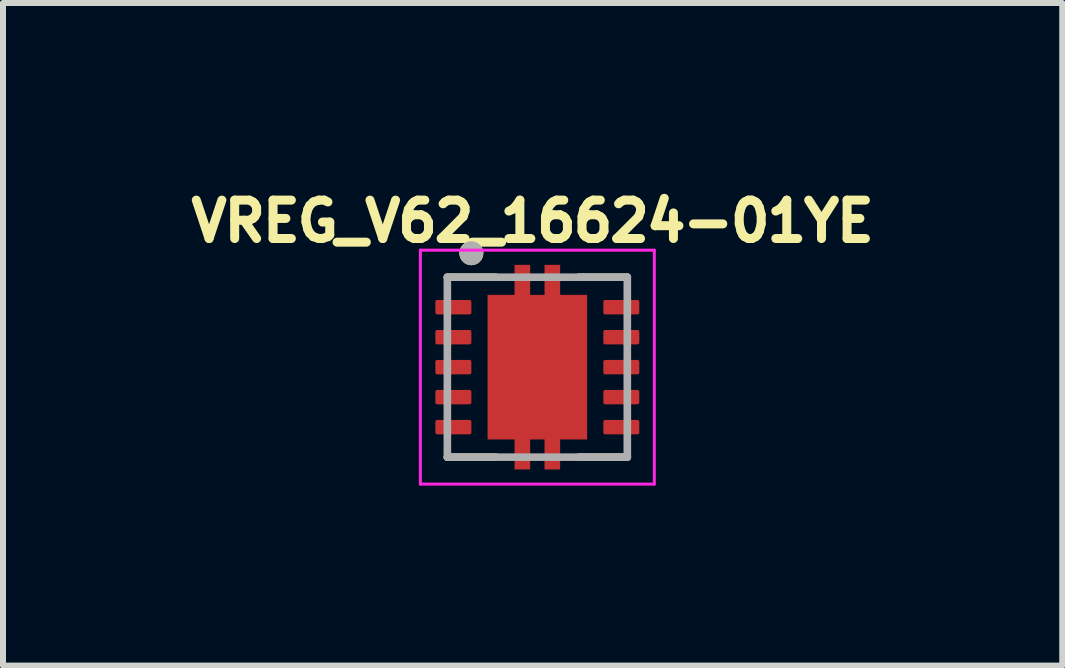
<source format=kicad_pcb>
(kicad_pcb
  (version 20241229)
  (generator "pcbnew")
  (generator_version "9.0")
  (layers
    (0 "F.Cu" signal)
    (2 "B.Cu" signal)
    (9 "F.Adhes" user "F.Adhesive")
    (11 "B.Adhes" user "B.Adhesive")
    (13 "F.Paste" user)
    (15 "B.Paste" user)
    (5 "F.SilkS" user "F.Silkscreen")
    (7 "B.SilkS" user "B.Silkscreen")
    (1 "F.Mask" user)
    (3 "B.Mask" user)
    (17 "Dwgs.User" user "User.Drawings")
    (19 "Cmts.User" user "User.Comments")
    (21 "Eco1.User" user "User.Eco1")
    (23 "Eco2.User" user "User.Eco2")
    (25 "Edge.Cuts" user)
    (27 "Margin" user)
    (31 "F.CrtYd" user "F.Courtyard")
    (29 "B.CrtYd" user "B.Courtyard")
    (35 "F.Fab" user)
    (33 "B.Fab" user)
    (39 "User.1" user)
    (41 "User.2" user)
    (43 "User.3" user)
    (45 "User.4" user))
  (footprint "VREG_V62_16624-01YE"
    (layer "F.Cu")
    (at 5.908 3.071)
    (property "Reference" "VREG_V62_16624-01YE" (at -0.078 -2.433 0) (layer "F.SilkS") (effects (font (size 0.64 0.64) (thickness 0.15))))
    (attr smd)
    (fp_poly (pts (xy -1.77 -1.19) (xy -1.03 -1.19) (xy -1.03 -0.81) (xy -1.77 -0.81)) (stroke (width 0.01) (type solid)) (fill yes) (layer "F.Mask"))
    (fp_poly (pts (xy -1.77 -0.69) (xy -1.03 -0.69) (xy -1.03 -0.31) (xy -1.77 -0.31)) (stroke (width 0.01) (type solid)) (fill yes) (layer "F.Mask"))
    (fp_poly (pts (xy -1.77 -0.19) (xy -1.03 -0.19) (xy -1.03 0.19) (xy -1.77 0.19)) (stroke (width 0.01) (type solid)) (fill yes) (layer "F.Mask"))
    (fp_poly (pts (xy -1.77 0.31) (xy -1.03 0.31) (xy -1.03 0.69) (xy -1.77 0.69)) (stroke (width 0.01) (type solid)) (fill yes) (layer "F.Mask"))
    (fp_poly (pts (xy -1.77 0.81) (xy -1.03 0.81) (xy -1.03 1.19) (xy -1.77 1.19)) (stroke (width 0.01) (type solid)) (fill yes) (layer "F.Mask"))
    (fp_poly (pts (xy 1.03 -1.19) (xy 1.77 -1.19) (xy 1.77 -0.81) (xy 1.03 -0.81)) (stroke (width 0.01) (type solid)) (fill yes) (layer "F.Mask"))
    (fp_poly (pts (xy 1.03 -0.69) (xy 1.77 -0.69) (xy 1.77 -0.31) (xy 1.03 -0.31)) (stroke (width 0.01) (type solid)) (fill yes) (layer "F.Mask"))
    (fp_poly (pts (xy 1.03 -0.19) (xy 1.77 -0.19) (xy 1.77 0.19) (xy 1.03 0.19)) (stroke (width 0.01) (type solid)) (fill yes) (layer "F.Mask"))
    (fp_poly (pts (xy 1.03 0.31) (xy 1.77 0.31) (xy 1.77 0.69) (xy 1.03 0.69)) (stroke (width 0.01) (type solid)) (fill yes) (layer "F.Mask"))
    (fp_poly (pts (xy 1.03 0.81) (xy 1.77 0.81) (xy 1.77 1.19) (xy 1.03 1.19)) (stroke (width 0.01) (type solid)) (fill yes) (layer "F.Mask"))
    (fp_poly (pts (xy -0.895 -1.27) (xy -0.445 -1.27) (xy -0.445 -1.77) (xy -0.055 -1.77) (xy -0.055 -1.27) (xy 0.055 -1.27) (xy 0.055 -1.77) (xy 0.445 -1.77) (xy 0.445 -1.27) (xy 0.895 -1.27) (xy 0.895 1.27) (xy 0.445 1.27) (xy 0.445 1.77) (xy 0.055 1.77) (xy 0.055 1.27) (xy -0.055 1.27) (xy -0.055 1.77) (xy -0.445 1.77) (xy -0.445 1.27) (xy -0.895 1.27)) (stroke (width 0.01) (type solid)) (fill yes) (layer "F.Mask"))
    (fp_line (start -1.5 -1.5) (end -0.695 -1.5) (stroke (width 0.127) (type solid)) (layer "F.SilkS"))
    (fp_line (start -1.5 1.5) (end -0.695 1.5) (stroke (width 0.127) (type solid)) (layer "F.SilkS"))
    (fp_line (start 0.695 -1.5) (end 1.5 -1.5) (stroke (width 0.127) (type solid)) (layer "F.SilkS"))
    (fp_line (start 0.695 1.5) (end 1.5 1.5) (stroke (width 0.127) (type solid)) (layer "F.SilkS"))
    (fp_circle (center -1.1 -1.9) (end -1 -1.9) (stroke (width 0.2) (type solid)) (fill no) (layer "F.SilkS"))
    (fp_poly (pts (xy -0.75 -1.16) (xy 0.75 -1.16) (xy 0.75 -0.1) (xy -0.75 -0.1)) (stroke (width 0.01) (type solid)) (fill yes) (layer "F.Paste"))
    (fp_poly (pts (xy -0.75 0.1) (xy 0.75 0.1) (xy 0.75 1.16) (xy -0.75 1.16)) (stroke (width 0.01) (type solid)) (fill yes) (layer "F.Paste"))
    (fp_poly (pts (xy -0.375 -1.7) (xy -0.125 -1.7) (xy -0.125 -1.36) (xy -0.375 -1.36)) (stroke (width 0.01) (type solid)) (fill yes) (layer "F.Paste"))
    (fp_poly (pts (xy -0.375 1.36) (xy -0.125 1.36) (xy -0.125 1.7) (xy -0.375 1.7)) (stroke (width 0.01) (type solid)) (fill yes) (layer "F.Paste"))
    (fp_poly (pts (xy 0.125 -1.7) (xy 0.375 -1.7) (xy 0.375 -1.36) (xy 0.125 -1.36)) (stroke (width 0.01) (type solid)) (fill yes) (layer "F.Paste"))
    (fp_poly (pts (xy 0.125 1.36) (xy 0.375 1.36) (xy 0.375 1.7) (xy 0.125 1.7)) (stroke (width 0.01) (type solid)) (fill yes) (layer "F.Paste"))
    (fp_line (start -1.95 -1.95) (end -1.95 1.95) (stroke (width 0.05) (type solid)) (layer "F.CrtYd"))
    (fp_line (start -1.95 -1.95) (end 1.95 -1.95) (stroke (width 0.05) (type solid)) (layer "F.CrtYd"))
    (fp_line (start -1.95 1.95) (end 1.95 1.95) (stroke (width 0.05) (type solid)) (layer "F.CrtYd"))
    (fp_line (start 1.95 -1.95) (end 1.95 1.95) (stroke (width 0.05) (type solid)) (layer "F.CrtYd"))
    (fp_line (start -1.5 -1.5) (end -1.5 1.5) (stroke (width 0.127) (type solid)) (layer "F.Fab"))
    (fp_line (start -1.5 -1.5) (end 1.5 -1.5) (stroke (width 0.127) (type solid)) (layer "F.Fab"))
    (fp_line (start -1.5 1.5) (end 1.5 1.5) (stroke (width 0.127) (type solid)) (layer "F.Fab"))
    (fp_line (start 1.5 -1.5) (end 1.5 1.5) (stroke (width 0.127) (type solid)) (layer "F.Fab"))
    (fp_circle (center -1.1 -1.9) (end -1 -1.9) (stroke (width 0.2) (type solid)) (fill no) (layer "F.Fab"))
    (pad "1" smd roundrect (at -1.4 -1) (size 0.6 0.24) (layers "F.Cu" "F.Paste") (roundrect_rratio 0.125))
    (pad "2" smd roundrect (at -1.4 -0.5) (size 0.6 0.24) (layers "F.Cu" "F.Paste") (roundrect_rratio 0.125))
    (pad "3" smd roundrect (at -1.4 0) (size 0.6 0.24) (layers "F.Cu" "F.Paste") (roundrect_rratio 0.125))
    (pad "4" smd roundrect (at -1.4 0.5) (size 0.6 0.24) (layers "F.Cu" "F.Paste") (roundrect_rratio 0.125))
    (pad "5" smd roundrect (at -1.4 1) (size 0.6 0.24) (layers "F.Cu" "F.Paste") (roundrect_rratio 0.125))
    (pad "6" smd roundrect (at 1.4 1) (size 0.6 0.24) (layers "F.Cu" "F.Paste") (roundrect_rratio 0.125))
    (pad "7" smd roundrect (at 1.4 0.5) (size 0.6 0.24) (layers "F.Cu" "F.Paste") (roundrect_rratio 0.125))
    (pad "8" smd roundrect (at 1.4 0) (size 0.6 0.24) (layers "F.Cu" "F.Paste") (roundrect_rratio 0.125))
    (pad "9" smd roundrect (at 1.4 -0.5) (size 0.6 0.24) (layers "F.Cu" "F.Paste") (roundrect_rratio 0.125))
    (pad "10" smd roundrect (at 1.4 -1) (size 0.6 0.24) (layers "F.Cu" "F.Paste") (roundrect_rratio 0.125))
    (pad "11" smd custom (at 0 0) (size 1.65 2.4) (layers "F.Cu") (options (anchor rect)) (primitives (gr_poly (pts (xy -0.825 -1.2) (xy -0.375 -1.2) (xy -0.375 -1.7) (xy -0.125 -1.7) (xy -0.125 -1.2) (xy 0.125 -1.2) (xy 0.125 -1.7) (xy 0.375 -1.7) (xy 0.375 -1.2) (xy 0.825 -1.2) (xy 0.825 1.2) (xy 0.375 1.2) (xy 0.375 1.7) (xy 0.125 1.7) (xy 0.125 1.2) (xy -0.125 1.2) (xy -0.125 1.7) (xy -0.375 1.7) (xy -0.375 1.2) (xy -0.825 1.2)) (width 0.01) (fill yes)))))
  (gr_rect
    (start -3 -3)
    (end 14.659 8.046)
    (stroke (width 0.1) (type default))
    (fill no)
    (layer "Edge.Cuts")))
</source>
